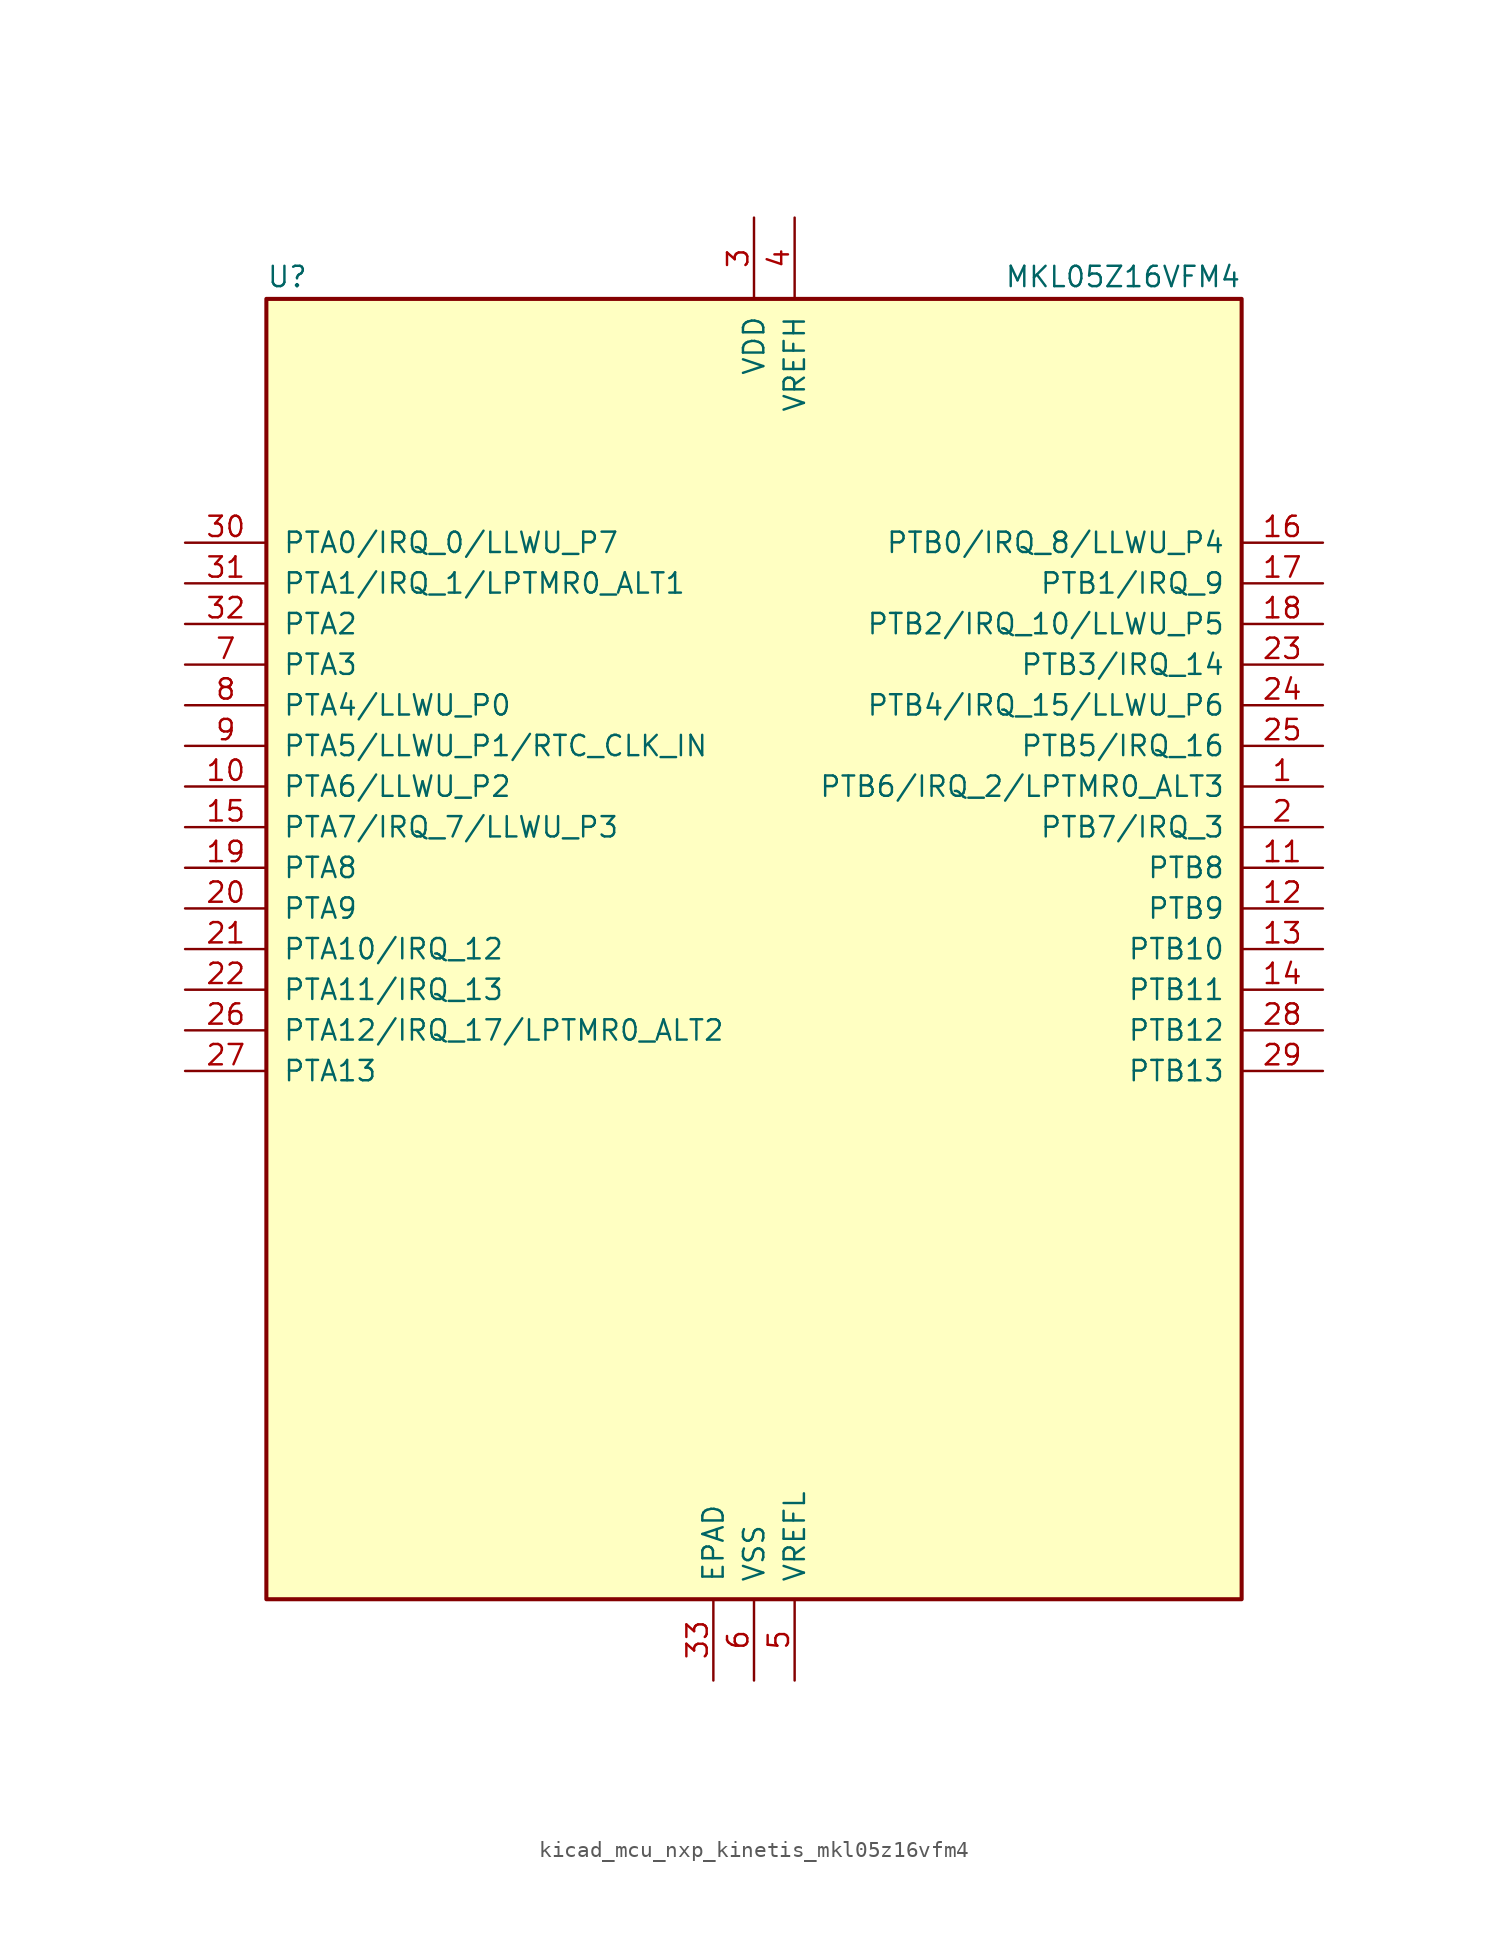
<source format=kicad_sym>
(kicad_symbol_lib
  (version 20220914)
  (generator kicad_symbol_editor)
  (symbol "kicad_mcu_nxp_kinetis_mkl05z16vfm4"
    (pin_names
      (offset 1.016))
    (property "Reference" "U"
      (at -30.48 41.275 0)
      (effects (font (size 1.27 1.27)) (justify left bottom)))
    (property "Value" "MKL05Z16VFM4"
      (at 30.48 41.275 0)
      (effects (font (size 1.27 1.27)) (justify right bottom)))
    (symbol "kicad_mcu_nxp_kinetis_mkl05z16vfm4_0_1"
      (rectangle (start -30.48 40.64) (end 30.48 -40.64) (stroke (width 0.254) (type default)) (fill (type background))))
    (symbol "kicad_mcu_nxp_kinetis_mkl05z16vfm4_1_1"
      (pin bidirectional line (at 35.56 10.16 180) (length 5.08) (name "PTB6/IRQ_2/LPTMR0_ALT3" (effects (font (size 1.27 1.27)))) (number "1" (effects (font (size 1.27 1.27)))))
      (pin bidirectional line (at -35.56 10.16 0) (length 5.08) (name "PTA6/LLWU_P2" (effects (font (size 1.27 1.27)))) (number "10" (effects (font (size 1.27 1.27)))))
      (pin bidirectional line (at 35.56 5.08 180) (length 5.08) (name "PTB8" (effects (font (size 1.27 1.27)))) (number "11" (effects (font (size 1.27 1.27)))))
      (pin bidirectional line (at 35.56 2.54 180) (length 5.08) (name "PTB9" (effects (font (size 1.27 1.27)))) (number "12" (effects (font (size 1.27 1.27)))))
      (pin bidirectional line (at 35.56 0 180) (length 5.08) (name "PTB10" (effects (font (size 1.27 1.27)))) (number "13" (effects (font (size 1.27 1.27)))))
      (pin bidirectional line (at 35.56 -2.54 180) (length 5.08) (name "PTB11" (effects (font (size 1.27 1.27)))) (number "14" (effects (font (size 1.27 1.27)))))
      (pin bidirectional line (at -35.56 7.62 0) (length 5.08) (name "PTA7/IRQ_7/LLWU_P3" (effects (font (size 1.27 1.27)))) (number "15" (effects (font (size 1.27 1.27)))))
      (pin bidirectional line (at 35.56 25.4 180) (length 5.08) (name "PTB0/IRQ_8/LLWU_P4" (effects (font (size 1.27 1.27)))) (number "16" (effects (font (size 1.27 1.27)))))
      (pin bidirectional line (at 35.56 22.86 180) (length 5.08) (name "PTB1/IRQ_9" (effects (font (size 1.27 1.27)))) (number "17" (effects (font (size 1.27 1.27)))))
      (pin bidirectional line (at 35.56 20.32 180) (length 5.08) (name "PTB2/IRQ_10/LLWU_P5" (effects (font (size 1.27 1.27)))) (number "18" (effects (font (size 1.27 1.27)))))
      (pin bidirectional line (at -35.56 5.08 0) (length 5.08) (name "PTA8" (effects (font (size 1.27 1.27)))) (number "19" (effects (font (size 1.27 1.27)))))
      (pin bidirectional line (at 35.56 7.62 180) (length 5.08) (name "PTB7/IRQ_3" (effects (font (size 1.27 1.27)))) (number "2" (effects (font (size 1.27 1.27)))))
      (pin bidirectional line (at -35.56 2.54 0) (length 5.08) (name "PTA9" (effects (font (size 1.27 1.27)))) (number "20" (effects (font (size 1.27 1.27)))))
      (pin bidirectional line (at -35.56 0 0) (length 5.08) (name "PTA10/IRQ_12" (effects (font (size 1.27 1.27)))) (number "21" (effects (font (size 1.27 1.27)))))
      (pin bidirectional line (at -35.56 -2.54 0) (length 5.08) (name "PTA11/IRQ_13" (effects (font (size 1.27 1.27)))) (number "22" (effects (font (size 1.27 1.27)))))
      (pin bidirectional line (at 35.56 17.78 180) (length 5.08) (name "PTB3/IRQ_14" (effects (font (size 1.27 1.27)))) (number "23" (effects (font (size 1.27 1.27)))))
      (pin bidirectional line (at 35.56 15.24 180) (length 5.08) (name "PTB4/IRQ_15/LLWU_P6" (effects (font (size 1.27 1.27)))) (number "24" (effects (font (size 1.27 1.27)))))
      (pin bidirectional line (at 35.56 12.7 180) (length 5.08) (name "PTB5/IRQ_16" (effects (font (size 1.27 1.27)))) (number "25" (effects (font (size 1.27 1.27)))))
      (pin bidirectional line (at -35.56 -5.08 0) (length 5.08) (name "PTA12/IRQ_17/LPTMR0_ALT2" (effects (font (size 1.27 1.27)))) (number "26" (effects (font (size 1.27 1.27)))))
      (pin bidirectional line (at -35.56 -7.62 0) (length 5.08) (name "PTA13" (effects (font (size 1.27 1.27)))) (number "27" (effects (font (size 1.27 1.27)))))
      (pin bidirectional line (at 35.56 -5.08 180) (length 5.08) (name "PTB12" (effects (font (size 1.27 1.27)))) (number "28" (effects (font (size 1.27 1.27)))))
      (pin bidirectional line (at 35.56 -7.62 180) (length 5.08) (name "PTB13" (effects (font (size 1.27 1.27)))) (number "29" (effects (font (size 1.27 1.27)))))
      (pin power_in line (at 0 45.72 270) (length 5.08) (name "VDD" (effects (font (size 1.27 1.27)))) (number "3" (effects (font (size 1.27 1.27)))))
      (pin bidirectional line (at -35.56 25.4 0) (length 5.08) (name "PTA0/IRQ_0/LLWU_P7" (effects (font (size 1.27 1.27)))) (number "30" (effects (font (size 1.27 1.27)))))
      (pin bidirectional line (at -35.56 22.86 0) (length 5.08) (name "PTA1/IRQ_1/LPTMR0_ALT1" (effects (font (size 1.27 1.27)))) (number "31" (effects (font (size 1.27 1.27)))))
      (pin bidirectional line (at -35.56 20.32 0) (length 5.08) (name "PTA2" (effects (font (size 1.27 1.27)))) (number "32" (effects (font (size 1.27 1.27)))))
      (pin power_in line (at -2.54 -45.72 90) (length 5.08) (name "EPAD" (effects (font (size 1.27 1.27)))) (number "33" (effects (font (size 1.27 1.27)))))
      (pin power_in line (at 2.54 45.72 270) (length 5.08) (name "VREFH" (effects (font (size 1.27 1.27)))) (number "4" (effects (font (size 1.27 1.27)))))
      (pin power_in line (at 2.54 -45.72 90) (length 5.08) (name "VREFL" (effects (font (size 1.27 1.27)))) (number "5" (effects (font (size 1.27 1.27)))))
      (pin power_in line (at 0 -45.72 90) (length 5.08) (name "VSS" (effects (font (size 1.27 1.27)))) (number "6" (effects (font (size 1.27 1.27)))))
      (pin bidirectional line (at -35.56 17.78 0) (length 5.08) (name "PTA3" (effects (font (size 1.27 1.27)))) (number "7" (effects (font (size 1.27 1.27)))))
      (pin bidirectional line (at -35.56 15.24 0) (length 5.08) (name "PTA4/LLWU_P0" (effects (font (size 1.27 1.27)))) (number "8" (effects (font (size 1.27 1.27)))))
      (pin bidirectional line (at -35.56 12.7 0) (length 5.08) (name "PTA5/LLWU_P1/RTC_CLK_IN" (effects (font (size 1.27 1.27)))) (number "9" (effects (font (size 1.27 1.27))))))))
</source>
